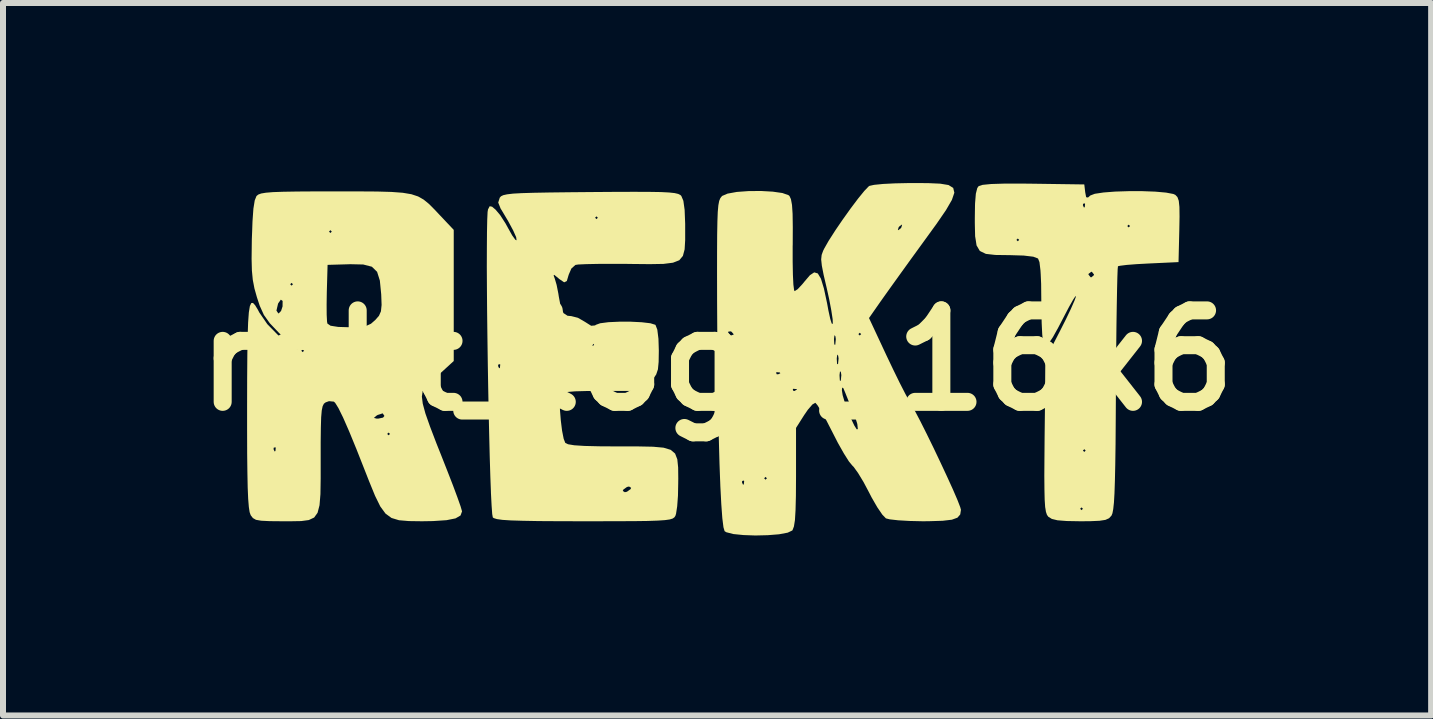
<source format=kicad_pcb>
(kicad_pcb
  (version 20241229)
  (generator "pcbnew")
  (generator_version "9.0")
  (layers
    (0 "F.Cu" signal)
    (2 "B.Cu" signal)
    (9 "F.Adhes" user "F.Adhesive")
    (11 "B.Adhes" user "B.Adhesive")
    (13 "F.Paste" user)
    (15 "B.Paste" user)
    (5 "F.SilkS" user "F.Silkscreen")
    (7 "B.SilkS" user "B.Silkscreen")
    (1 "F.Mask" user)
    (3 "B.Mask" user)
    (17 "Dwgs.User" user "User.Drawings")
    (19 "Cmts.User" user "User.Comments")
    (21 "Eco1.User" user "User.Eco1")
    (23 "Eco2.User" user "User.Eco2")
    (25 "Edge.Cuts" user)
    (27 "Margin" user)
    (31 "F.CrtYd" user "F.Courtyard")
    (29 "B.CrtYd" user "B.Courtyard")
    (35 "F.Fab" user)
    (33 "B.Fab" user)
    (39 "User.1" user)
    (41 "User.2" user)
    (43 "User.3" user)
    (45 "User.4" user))
  (footprint "rekt_logo_16x6"
    (layer "F.Cu")
    (at 8.897 2.956)
    (property "Reference" "rekt_logo_16x6" (at 0 0 0) (layer "F.SilkS") (effects (font (size 1.524 1.524) (thickness 0.3))))
    (attr through_hole)
    (fp_poly (pts (xy 5.271 -2.945) (xy 6.119 -2.933) (xy 6.134 -2.805) (xy 6.15 -2.72) (xy 6.181 -2.715) (xy 6.218 -2.748) (xy 6.293 -2.777) (xy 6.439 -2.799) (xy 6.634 -2.814) (xy 6.857 -2.821) (xy 7.087 -2.821) (xy 7.302 -2.813) (xy 7.481 -2.797) (xy 7.603 -2.774) (xy 7.636 -2.759) (xy 7.671 -2.722) (xy 7.693 -2.661) (xy 7.704 -2.558) (xy 7.706 -2.397) (xy 7.702 -2.17) (xy 7.689 -1.639) (xy 7.196 -1.616) (xy 6.993 -1.605) (xy 6.825 -1.592) (xy 6.714 -1.578) (xy 6.68 -1.57) (xy 6.675 -1.52) (xy 6.67 -1.387) (xy 6.665 -1.181) (xy 6.66 -0.912) (xy 6.655 -0.587) (xy 6.651 -0.218) (xy 6.648 0.186) (xy 6.646 0.474) (xy 6.643 0.976) (xy 6.64 1.393) (xy 6.635 1.733) (xy 6.629 2.004) (xy 6.622 2.213) (xy 6.613 2.368) (xy 6.601 2.477) (xy 6.588 2.546) (xy 6.572 2.585) (xy 6.571 2.586) (xy 6.531 2.629) (xy 6.471 2.656) (xy 6.372 2.671) (xy 6.214 2.678) (xy 6.05 2.679) (xy 5.825 2.675) (xy 5.673 2.663) (xy 5.578 2.64) (xy 5.52 2.604) (xy 5.519 2.603) (xy 5.497 2.572) (xy 5.48 2.522) (xy 5.472 2.471) (xy 6.05 2.471) (xy 6.073 2.494) (xy 6.096 2.471) (xy 6.073 2.448) (xy 6.05 2.471) (xy 5.472 2.471) (xy 5.467 2.443) (xy 5.459 2.323) (xy 5.455 2.153) (xy 5.453 1.922) (xy 5.455 1.619) (xy 5.456 1.501) (xy 6.096 1.501) (xy 6.119 1.524) (xy 6.142 1.501) (xy 6.119 1.478) (xy 6.096 1.501) (xy 5.456 1.501) (xy 5.458 1.253) (xy 5.473 -0.023) (xy 5.711 -0.485) (xy 5.811 -0.683) (xy 5.896 -0.861) (xy 5.956 -0.998) (xy 5.979 -1.062) (xy 5.973 -1.073) (xy 5.933 -1.013) (xy 5.865 -0.893) (xy 5.799 -0.767) (xy 5.681 -0.541) (xy 5.595 -0.387) (xy 5.533 -0.295) (xy 5.487 -0.254) (xy 5.451 -0.254) (xy 5.444 -0.257) (xy 5.43 -0.31) (xy 5.418 -0.438) (xy 5.409 -0.625) (xy 5.404 -0.853) (xy 5.403 -0.963) (xy 5.4 -1.275) (xy 5.393 -1.432) (xy 6.188 -1.432) (xy 6.224 -1.387) (xy 6.235 -1.385) (xy 6.279 -1.421) (xy 6.281 -1.432) (xy 6.246 -1.476) (xy 6.235 -1.478) (xy 6.19 -1.443) (xy 6.188 -1.432) (xy 5.393 -1.432) (xy 5.389 -1.499) (xy 5.372 -1.639) (xy 5.348 -1.699) (xy 5.269 -1.729) (xy 5.109 -1.748) (xy 4.877 -1.755) (xy 4.866 -1.755) (xy 4.637 -1.758) (xy 4.479 -1.776) (xy 4.379 -1.824) (xy 4.324 -1.917) (xy 4.31 -2.009) (xy 4.988 -2.009) (xy 5.011 -1.986) (xy 5.034 -2.009) (xy 5.011 -2.032) (xy 4.988 -2.009) (xy 4.31 -2.009) (xy 4.3 -2.069) (xy 4.296 -2.24) (xy 6.835 -2.24) (xy 6.858 -2.217) (xy 6.881 -2.24) (xy 6.858 -2.263) (xy 6.835 -2.24) (xy 4.296 -2.24) (xy 4.295 -2.295) (xy 4.295 -2.376) (xy 4.298 -2.586) (xy 6.096 -2.586) (xy 6.113 -2.548) (xy 6.127 -2.555) (xy 6.132 -2.61) (xy 6.127 -2.617) (xy 6.099 -2.611) (xy 6.096 -2.586) (xy 4.298 -2.586) (xy 4.299 -2.617) (xy 4.312 -2.778) (xy 4.336 -2.873) (xy 4.359 -2.905) (xy 4.425 -2.926) (xy 4.567 -2.94) (xy 4.791 -2.947) (xy 5.1 -2.947)) (stroke (width 0) (type solid)) (fill yes) (layer "F.SilkS"))
    (fp_poly (pts (xy -1.127 -2.809) (xy -0.937 -2.806) (xy -0.8 -2.799) (xy -0.707 -2.789) (xy -0.647 -2.775) (xy -0.611 -2.757) (xy -0.595 -2.741) (xy -0.561 -2.66) (xy -0.54 -2.509) (xy -0.531 -2.278) (xy -0.531 -2.211) (xy -0.531 -2.005) (xy -0.54 -1.851) (xy -0.569 -1.742) (xy -0.629 -1.67) (xy -0.734 -1.629) (xy -0.893 -1.609) (xy -1.119 -1.605) (xy -1.424 -1.608) (xy -1.483 -1.609) (xy -1.75 -1.61) (xy -1.988 -1.609) (xy -2.181 -1.605) (xy -2.312 -1.599) (xy -2.359 -1.592) (xy -2.427 -1.532) (xy -2.471 -1.43) (xy -2.503 -1.324) (xy -2.547 -1.302) (xy -2.627 -1.356) (xy -2.648 -1.374) (xy -2.713 -1.427) (xy -2.723 -1.416) (xy -2.703 -1.362) (xy -2.673 -1.26) (xy -2.644 -1.114) (xy -2.636 -1.062) (xy -2.603 -0.888) (xy -2.558 -0.789) (xy -2.491 -0.745) (xy -2.428 -0.739) (xy -2.318 -0.711) (xy -2.2 -0.643) (xy -2.197 -0.641) (xy -2.097 -0.578) (xy -2.032 -0.584) (xy -2.019 -0.594) (xy -1.947 -0.62) (xy -1.809 -0.638) (xy -1.63 -0.646) (xy -1.437 -0.646) (xy -1.256 -0.637) (xy -1.111 -0.62) (xy -1.03 -0.595) (xy -1.025 -0.591) (xy -0.995 -0.513) (xy -0.976 -0.36) (xy -0.97 -0.164) (xy -0.973 0.025) (xy -0.985 0.148) (xy -1.014 0.234) (xy -1.067 0.31) (xy -1.111 0.358) (xy -1.252 0.508) (xy -1.914 0.508) (xy -2.177 0.509) (xy -2.363 0.514) (xy -2.484 0.524) (xy -2.557 0.54) (xy -2.594 0.565) (xy -2.606 0.586) (xy -2.619 0.678) (xy -2.617 0.826) (xy -2.603 1) (xy -2.582 1.17) (xy -2.555 1.306) (xy -2.528 1.374) (xy -2.482 1.396) (xy -2.379 1.413) (xy -2.209 1.424) (xy -1.964 1.43) (xy -1.641 1.432) (xy -1.314 1.432) (xy -1.067 1.437) (xy -0.891 1.453) (xy -0.772 1.489) (xy -0.699 1.551) (xy -0.662 1.647) (xy -0.648 1.783) (xy -0.646 1.966) (xy -0.647 2.05) (xy -0.651 2.254) (xy -0.664 2.43) (xy -0.683 2.554) (xy -0.694 2.589) (xy -0.711 2.614) (xy -0.74 2.634) (xy -0.789 2.649) (xy -0.868 2.66) (xy -0.988 2.668) (xy -1.159 2.674) (xy -1.389 2.677) (xy -1.688 2.678) (xy -2.068 2.679) (xy -2.213 2.679) (xy -2.635 2.678) (xy -2.973 2.676) (xy -3.237 2.671) (xy -3.435 2.665) (xy -3.575 2.656) (xy -3.667 2.643) (xy -3.719 2.627) (xy -3.736 2.615) (xy -3.746 2.559) (xy -3.756 2.42) (xy -3.767 2.21) (xy -3.768 2.174) (xy -1.57 2.174) (xy -1.536 2.195) (xy -1.501 2.187) (xy -1.44 2.143) (xy -1.432 2.121) (xy -1.466 2.1) (xy -1.501 2.108) (xy -1.562 2.152) (xy -1.57 2.174) (xy -3.768 2.174) (xy -3.777 1.938) (xy -3.787 1.616) (xy -3.796 1.252) (xy -3.805 0.859) (xy -3.813 0.445) (xy -3.819 0.092) (xy -3.648 0.092) (xy -3.631 0.13) (xy -3.618 0.123) (xy -3.612 0.068) (xy -3.618 0.062) (xy -3.645 0.068) (xy -3.648 0.092) (xy -3.819 0.092) (xy -3.82 0.021) (xy -3.824 -0.254) (xy -2.078 -0.254) (xy -2.055 -0.231) (xy -2.032 -0.254) (xy -2.055 -0.277) (xy -2.078 -0.254) (xy -3.824 -0.254) (xy -3.826 -0.401) (xy -3.831 -0.813) (xy -3.834 -1.203) (xy -3.836 -1.562) (xy -3.835 -1.879) (xy -3.833 -2.144) (xy -3.829 -2.345) (xy -3.823 -2.474) (xy -3.816 -2.517) (xy -3.788 -2.57) (xy -3.748 -2.562) (xy -3.689 -2.512) (xy -3.612 -2.42) (xy -3.524 -2.283) (xy -3.479 -2.201) (xy -3.412 -2.082) (xy -3.36 -2.011) (xy -3.34 -2.002) (xy -3.347 -2.054) (xy -3.397 -2.167) (xy -3.481 -2.323) (xy -3.514 -2.378) (xy -2.032 -2.378) (xy -2.009 -2.355) (xy -1.986 -2.378) (xy -2.009 -2.401) (xy -2.032 -2.378) (xy -3.514 -2.378) (xy -3.59 -2.506) (xy -3.605 -2.529) (xy -3.646 -2.631) (xy -3.62 -2.713) (xy -3.599 -2.736) (xy -3.562 -2.754) (xy -3.499 -2.768) (xy -3.399 -2.78) (xy -3.255 -2.788) (xy -3.054 -2.794) (xy -2.789 -2.799) (xy -2.449 -2.803) (xy -2.114 -2.806) (xy -1.706 -2.809) (xy -1.38 -2.81)) (stroke (width 0) (type solid)) (fill yes) (layer "F.SilkS"))
    (fp_poly (pts (xy -5.975 -2.817) (xy -5.665 -2.815) (xy -5.422 -2.808) (xy -5.236 -2.794) (xy -5.093 -2.77) (xy -4.981 -2.733) (xy -4.888 -2.68) (xy -4.802 -2.61) (xy -4.71 -2.518) (xy -4.629 -2.432) (xy -4.387 -2.176) (xy -4.387 0.009) (xy -4.554 0.162) (xy -4.672 0.269) (xy -4.776 0.361) (xy -4.806 0.387) (xy -4.867 0.447) (xy -4.905 0.515) (xy -4.918 0.602) (xy -4.903 0.721) (xy -4.859 0.883) (xy -4.783 1.099) (xy -4.675 1.382) (xy -4.6 1.57) (xy -4.494 1.839) (xy -4.4 2.081) (xy -4.325 2.283) (xy -4.273 2.43) (xy -4.25 2.509) (xy -4.249 2.515) (xy -4.274 2.583) (xy -4.357 2.631) (xy -4.507 2.661) (xy -4.733 2.676) (xy -4.917 2.679) (xy -5.134 2.676) (xy -5.299 2.662) (xy -5.424 2.624) (xy -5.524 2.551) (xy -5.611 2.432) (xy -5.698 2.255) (xy -5.799 2.008) (xy -5.854 1.868) (xy -6.007 1.48) (xy -6.112 1.224) (xy -5.496 1.224) (xy -5.473 1.247) (xy -5.449 1.224) (xy -5.473 1.201) (xy -5.496 1.224) (xy -6.112 1.224) (xy -6.132 1.176) (xy -6.228 0.957) (xy -5.717 0.957) (xy -5.671 0.969) (xy -5.646 0.969) (xy -5.565 0.952) (xy -5.542 0.924) (xy -5.571 0.881) (xy -5.655 0.908) (xy -5.68 0.924) (xy -5.717 0.957) (xy -6.228 0.957) (xy -6.232 0.948) (xy -6.308 0.794) (xy -6.362 0.707) (xy -6.384 0.686) (xy -6.465 0.678) (xy -6.521 0.698) (xy -6.55 0.72) (xy -6.571 0.761) (xy -6.586 0.832) (xy -6.596 0.947) (xy -6.601 1.117) (xy -6.604 1.357) (xy -6.604 1.634) (xy -6.604 1.97) (xy -6.608 2.226) (xy -6.623 2.411) (xy -6.656 2.538) (xy -6.713 2.617) (xy -6.802 2.659) (xy -6.929 2.676) (xy -7.101 2.679) (xy -7.242 2.679) (xy -7.455 2.677) (xy -7.596 2.67) (xy -7.682 2.655) (xy -7.733 2.626) (xy -7.768 2.581) (xy -7.771 2.575) (xy -7.788 2.527) (xy -7.801 2.44) (xy -7.812 2.306) (xy -7.82 2.118) (xy -7.825 1.868) (xy -7.829 1.547) (xy -7.829 1.478) (xy -7.389 1.478) (xy -7.372 1.516) (xy -7.358 1.509) (xy -7.353 1.454) (xy -7.358 1.447) (xy -7.386 1.453) (xy -7.389 1.478) (xy -7.829 1.478) (xy -7.83 1.148) (xy -7.83 0.766) (xy -7.829 0.293) (xy -7.826 -0.093) (xy -7.825 -0.162) (xy -6.927 -0.162) (xy -6.904 -0.139) (xy -6.881 -0.162) (xy -6.904 -0.185) (xy -6.927 -0.162) (xy -7.825 -0.162) (xy -7.824 -0.208) (xy -7.02 -0.208) (xy -6.997 -0.185) (xy -6.973 -0.208) (xy -6.997 -0.231) (xy -7.02 -0.208) (xy -7.824 -0.208) (xy -7.821 -0.4) (xy -7.813 -0.633) (xy -7.801 -0.8) (xy -7.784 -0.905) (xy -7.761 -0.956) (xy -7.732 -0.959) (xy -7.696 -0.92) (xy -7.651 -0.846) (xy -7.627 -0.8) (xy -7.493 -0.605) (xy -7.297 -0.405) (xy -7.136 -0.275) (xy -7.123 -0.273) (xy -7.167 -0.324) (xy -7.259 -0.42) (xy -7.305 -0.466) (xy -7.452 -0.621) (xy -7.55 -0.758) (xy -7.583 -0.831) (xy -7.341 -0.831) (xy -7.311 -0.786) (xy -7.302 -0.785) (xy -7.264 -0.825) (xy -7.239 -0.901) (xy -7.239 -0.933) (xy -6.505 -0.933) (xy -6.504 -0.763) (xy -6.498 -0.648) (xy -6.492 -0.615) (xy -6.44 -0.579) (xy -6.312 -0.559) (xy -6.142 -0.554) (xy -5.962 -0.558) (xy -5.847 -0.575) (xy -5.766 -0.612) (xy -5.696 -0.673) (xy -5.633 -0.744) (xy -5.6 -0.819) (xy -5.589 -0.925) (xy -5.595 -1.092) (xy -5.596 -1.108) (xy -5.618 -1.331) (xy -5.664 -1.477) (xy -5.751 -1.562) (xy -5.895 -1.599) (xy -6.113 -1.604) (xy -6.136 -1.603) (xy -6.489 -1.593) (xy -6.502 -1.135) (xy -6.505 -0.933) (xy -7.239 -0.933) (xy -7.238 -0.992) (xy -7.268 -1.013) (xy -7.311 -0.953) (xy -7.315 -0.943) (xy -7.341 -0.831) (xy -7.583 -0.831) (xy -7.62 -0.913) (xy -7.666 -1.052) (xy -7.708 -1.201) (xy -7.721 -1.27) (xy -7.112 -1.27) (xy -7.089 -1.247) (xy -7.066 -1.27) (xy -7.089 -1.293) (xy -7.112 -1.27) (xy -7.721 -1.27) (xy -7.735 -1.342) (xy -7.75 -1.498) (xy -7.755 -1.693) (xy -7.752 -1.951) (xy -7.751 -2.022) (xy -7.746 -2.147) (xy -6.465 -2.147) (xy -6.442 -2.124) (xy -6.419 -2.147) (xy -6.442 -2.171) (xy -6.465 -2.147) (xy -7.746 -2.147) (xy -7.74 -2.317) (xy -7.725 -2.529) (xy -7.703 -2.666) (xy -7.674 -2.739) (xy -7.672 -2.741) (xy -7.644 -2.764) (xy -7.596 -2.782) (xy -7.518 -2.795) (xy -7.399 -2.805) (xy -7.228 -2.811) (xy -6.995 -2.815) (xy -6.689 -2.817) (xy -6.365 -2.817)) (stroke (width 0) (type solid)) (fill yes) (layer "F.SilkS"))
    (fp_poly (pts (xy 3.514 -2.955) (xy 3.717 -2.946) (xy 3.857 -2.923) (xy 3.935 -2.875) (xy 3.954 -2.795) (xy 3.913 -2.675) (xy 3.815 -2.506) (xy 3.66 -2.28) (xy 3.449 -1.989) (xy 3.401 -1.923) (xy 3.228 -1.685) (xy 3.058 -1.449) (xy 2.905 -1.236) (xy 2.783 -1.065) (xy 2.729 -0.989) (xy 2.532 -0.707) (xy 2.821 -0.088) (xy 2.934 0.149) (xy 3.043 0.372) (xy 3.139 0.559) (xy 3.211 0.69) (xy 3.226 0.716) (xy 3.294 0.835) (xy 3.385 1.008) (xy 3.492 1.221) (xy 3.608 1.458) (xy 3.724 1.702) (xy 3.834 1.938) (xy 3.931 2.151) (xy 4.006 2.325) (xy 4.052 2.444) (xy 4.064 2.488) (xy 4.052 2.565) (xy 4.006 2.619) (xy 3.913 2.653) (xy 3.759 2.671) (xy 3.532 2.678) (xy 3.428 2.679) (xy 3.209 2.674) (xy 3.018 2.663) (xy 2.877 2.647) (xy 2.814 2.631) (xy 2.754 2.569) (xy 2.67 2.446) (xy 2.576 2.283) (xy 2.535 2.203) (xy 2.441 2.026) (xy 2.349 1.874) (xy 2.276 1.773) (xy 2.254 1.751) (xy 2.197 1.682) (xy 2.113 1.549) (xy 2.013 1.372) (xy 1.924 1.198) (xy 1.826 1.007) (xy 1.739 0.85) (xy 1.672 0.744) (xy 1.638 0.705) (xy 1.589 0.733) (xy 1.513 0.821) (xy 1.453 0.908) (xy 1.316 1.124) (xy 1.316 1.94) (xy 1.314 2.257) (xy 1.308 2.493) (xy 1.298 2.659) (xy 1.281 2.766) (xy 1.258 2.826) (xy 1.253 2.833) (xy 1.177 2.869) (xy 1.033 2.896) (xy 0.846 2.911) (xy 0.64 2.916) (xy 0.441 2.909) (xy 0.271 2.892) (xy 0.155 2.862) (xy 0.126 2.844) (xy 0.107 2.779) (xy 0.088 2.628) (xy 0.071 2.396) (xy 0.055 2.09) (xy 0.053 2.032) (xy 0.416 2.032) (xy 0.433 2.07) (xy 0.446 2.063) (xy 0.452 2.008) (xy 0.446 2.001) (xy 0.419 2.008) (xy 0.416 2.032) (xy 0.053 2.032) (xy 0.05 1.963) (xy 0.785 1.963) (xy 0.808 1.986) (xy 0.831 1.963) (xy 0.808 1.94) (xy 0.785 1.963) (xy 0.05 1.963) (xy 0.041 1.716) (xy 0.029 1.28) (xy 0.018 0.788) (xy 0.014 0.477) (xy 1.262 0.477) (xy 1.269 0.505) (xy 1.293 0.508) (xy 1.321 0.496) (xy 2.08 0.496) (xy 2.093 0.579) (xy 2.129 0.701) (xy 2.179 0.84) (xy 2.235 0.975) (xy 2.287 1.084) (xy 2.327 1.147) (xy 2.346 1.144) (xy 2.337 1.058) (xy 2.298 0.932) (xy 2.282 0.894) (xy 2.214 0.732) (xy 2.15 0.572) (xy 2.143 0.554) (xy 2.104 0.461) (xy 2.085 0.452) (xy 2.08 0.496) (xy 1.321 0.496) (xy 1.331 0.491) (xy 1.324 0.477) (xy 1.269 0.472) (xy 1.262 0.477) (xy 0.014 0.477) (xy 0.01 0.254) (xy 2.041 0.254) (xy 2.046 0.333) (xy 2.06 0.34) (xy 2.062 0.336) (xy 2.071 0.244) (xy 2.064 0.197) (xy 2.049 0.178) (xy 2.041 0.24) (xy 2.041 0.254) (xy 0.01 0.254) (xy 0.01 0.247) (xy 0.01 0.2) (xy 0.985 0.2) (xy 0.992 0.228) (xy 1.016 0.231) (xy 1.054 0.214) (xy 1.047 0.2) (xy 0.992 0.195) (xy 0.985 0.2) (xy 0.01 0.2) (xy 0.007 -0.023) (xy 1.995 -0.023) (xy 2 0.056) (xy 2.014 0.063) (xy 2.016 0.059) (xy 2.025 -0.033) (xy 2.018 -0.08) (xy 2.003 -0.099) (xy 1.995 -0.037) (xy 1.995 -0.023) (xy 0.007 -0.023) (xy 0.004 -0.339) (xy 0.004 -0.346) (xy 1.949 -0.346) (xy 1.954 -0.267) (xy 1.968 -0.261) (xy 1.97 -0.265) (xy 1.979 -0.356) (xy 1.972 -0.403) (xy 1.957 -0.422) (xy 1.949 -0.361) (xy 1.949 -0.346) (xy 0.004 -0.346) (xy 0.004 -0.465) (xy 0.185 -0.465) (xy 0.218 -0.418) (xy 0.231 -0.416) (xy 0.276 -0.431) (xy 0.277 -0.436) (xy 0.275 -0.439) (xy 2.355 -0.439) (xy 2.378 -0.416) (xy 2.401 -0.439) (xy 2.378 -0.462) (xy 2.355 -0.439) (xy 0.275 -0.439) (xy 0.245 -0.475) (xy 0.231 -0.485) (xy 0.188 -0.481) (xy 0.185 -0.465) (xy 0.004 -0.465) (xy 0.001 -0.962) (xy 0.000078 -1.436) (xy 0.000472 -1.807) (xy 0.002 -2.096) (xy 0.006 -2.315) (xy 0.012 -2.475) (xy 0.022 -2.586) (xy 0.036 -2.659) (xy 0.055 -2.705) (xy 0.08 -2.736) (xy 0.084 -2.741) (xy 0.175 -2.78) (xy 0.329 -2.808) (xy 0.522 -2.822) (xy 0.73 -2.824) (xy 0.927 -2.813) (xy 1.089 -2.79) (xy 1.191 -2.754) (xy 1.207 -2.74) (xy 1.231 -2.688) (xy 1.249 -2.592) (xy 1.259 -2.442) (xy 1.262 -2.224) (xy 1.261 -1.928) (xy 1.26 -1.909) (xy 1.26 -1.648) (xy 1.264 -1.429) (xy 1.272 -1.265) (xy 1.284 -1.171) (xy 1.293 -1.155) (xy 1.344 -1.188) (xy 1.423 -1.273) (xy 1.458 -1.316) (xy 1.548 -1.421) (xy 1.619 -1.468) (xy 1.679 -1.45) (xy 1.731 -1.363) (xy 1.781 -1.198) (xy 1.834 -0.951) (xy 1.856 -0.831) (xy 1.886 -0.694) (xy 1.911 -0.615) (xy 1.928 -0.61) (xy 1.929 -0.613) (xy 1.926 -0.689) (xy 1.904 -0.833) (xy 1.868 -1.023) (xy 1.828 -1.204) (xy 1.776 -1.426) (xy 1.746 -1.58) (xy 1.735 -1.684) (xy 1.743 -1.759) (xy 1.767 -1.826) (xy 1.784 -1.861) (xy 1.859 -1.993) (xy 1.966 -2.16) (xy 1.975 -2.174) (xy 3.013 -2.174) (xy 3.019 -2.171) (xy 3.062 -2.203) (xy 3.071 -2.217) (xy 3.083 -2.26) (xy 3.077 -2.263) (xy 3.034 -2.23) (xy 3.025 -2.217) (xy 3.013 -2.174) (xy 1.975 -2.174) (xy 2.092 -2.345) (xy 2.224 -2.53) (xy 2.349 -2.696) (xy 2.454 -2.825) (xy 2.526 -2.9) (xy 2.539 -2.909) (xy 2.616 -2.926) (xy 2.765 -2.941) (xy 2.967 -2.951) (xy 3.2 -2.956) (xy 3.247 -2.956)) (stroke (width 0) (type solid)) (fill yes) (layer "F.SilkS")))
  (gr_rect
    (start -3 -3)
    (end 20.795 8.871)
    (stroke (width 0.1) (type default))
    (fill no)
    (layer "Edge.Cuts")))
</source>
